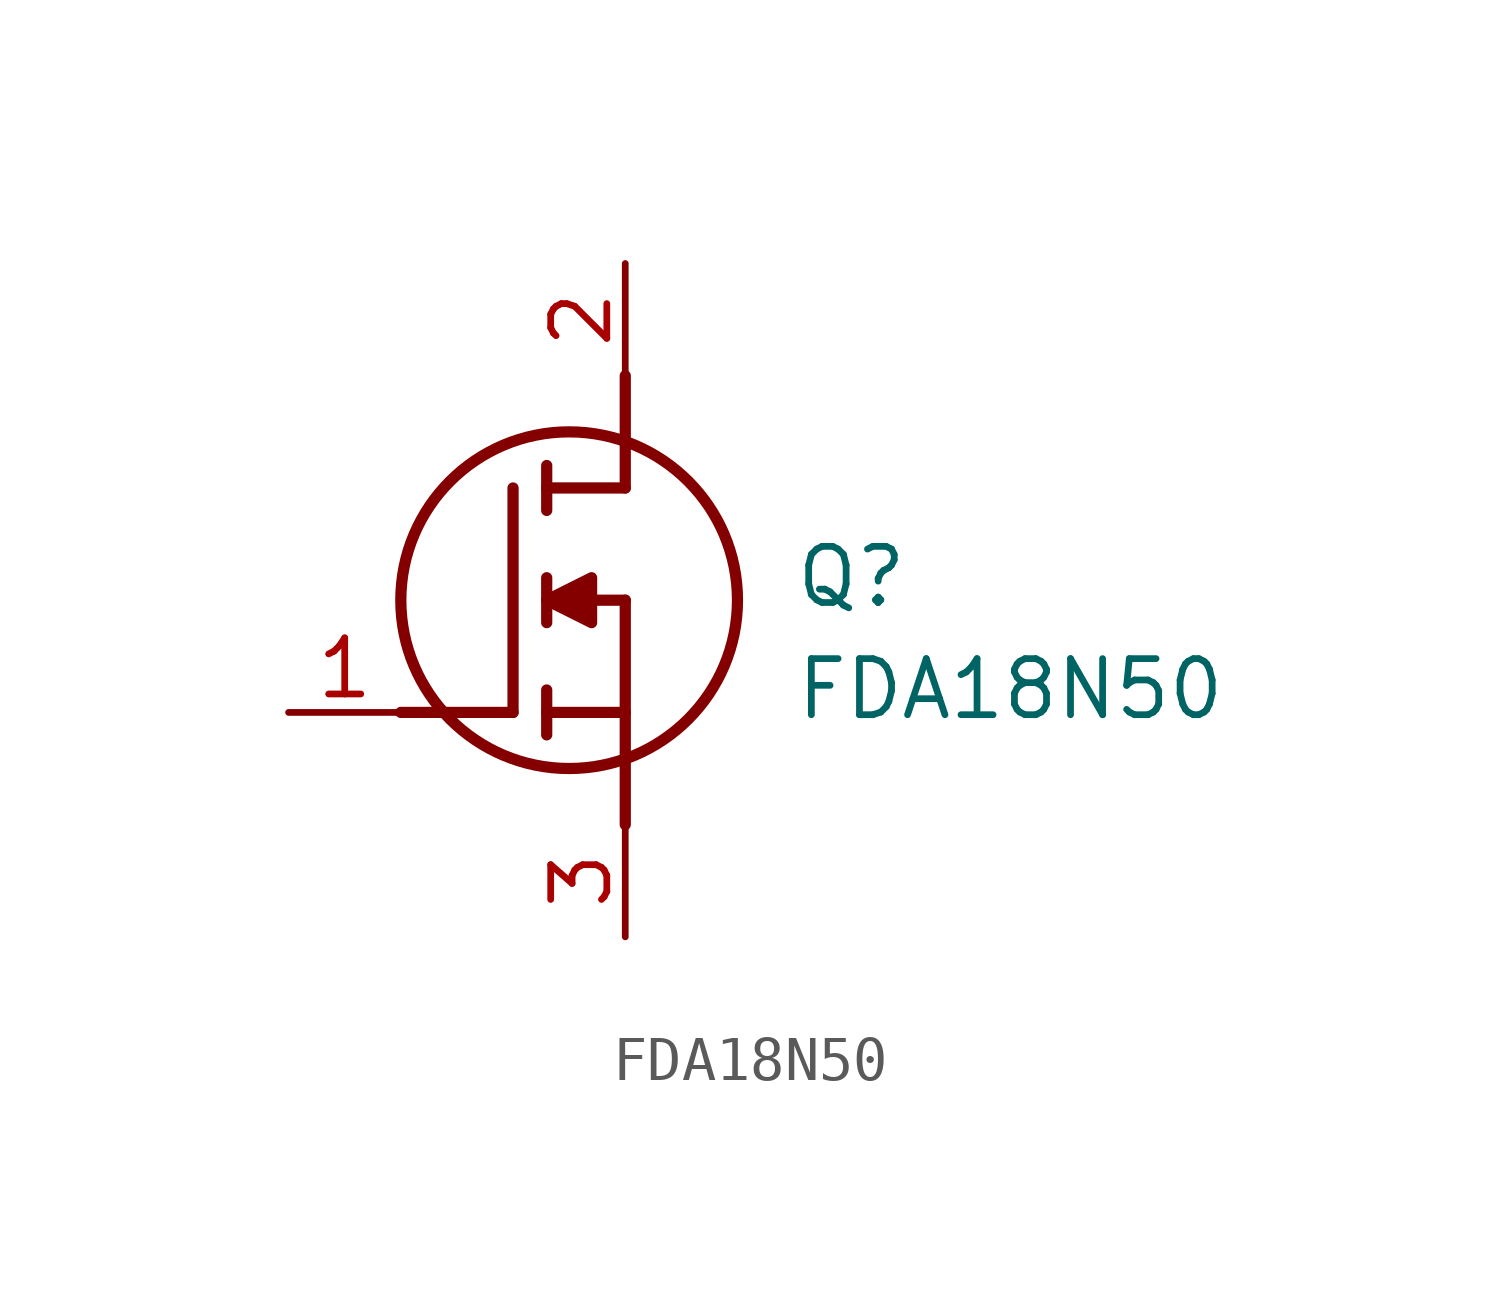
<source format=kicad_sym>
(kicad_symbol_lib
  (version 20211014)
  (generator SamacSys_ECAD_Model)
  (symbol "FDA18N50"
    (pin_names hide)
    (property "Reference" "Q"
      (at 11.43 3.81 0)
      (effects (font (size 1.27 1.27)) (justify left top)))
    (property "Value" "FDA18N50"
      (at 11.43 1.27 0)
      (effects (font (size 1.27 1.27)) (justify left top)))
    (polyline
      (pts (xy 7.62 2.54) (xy 7.62 -2.54))
      (stroke (width 0.254) (type default))
      (fill (type none)))
    (polyline
      (pts (xy 7.62 5.08) (xy 7.62 7.62))
      (stroke (width 0.254) (type default))
      (fill (type none)))
    (polyline
      (pts (xy 2.54 0) (xy 5.08 0))
      (stroke (width 0.254) (type default))
      (fill (type none)))
    (polyline
      (pts (xy 5.08 5.08) (xy 5.08 0))
      (stroke (width 0.254) (type default))
      (fill (type none)))
    (polyline
      (pts (xy 7.62 2.54) (xy 5.842 2.54))
      (stroke (width 0.254) (type default))
      (fill (type none)))
    (polyline
      (pts (xy 7.62 5.08) (xy 5.842 5.08))
      (stroke (width 0.254) (type default))
      (fill (type none)))
    (polyline
      (pts (xy 5.842 0) (xy 7.62 0))
      (stroke (width 0.254) (type default))
      (fill (type none)))
    (polyline
      (pts (xy 5.842 5.588) (xy 5.842 4.572))
      (stroke (width 0.254) (type default))
      (fill (type none)))
    (polyline
      (pts (xy 5.842 -0.508) (xy 5.842 0.508))
      (stroke (width 0.254) (type default))
      (fill (type none)))
    (polyline
      (pts (xy 5.842 2.032) (xy 5.842 3.048))
      (stroke (width 0.254) (type default))
      (fill (type none)))
    (circle
      (center 6.35 2.54)
      (radius 3.81)
      (stroke (width 0.254) (type default))
      (fill (type none)))
    (polyline
      (pts (xy 5.842 2.54) (xy 6.858 3.048) (xy 6.858 2.032) (xy 5.842 2.54))
      (stroke (width 0.254) (type default))
      (fill (type outline)))
    (pin passive line
      (at 0 0 0)
      (length 2.54)
      (name "G" (effects (font (size 1.27 1.27))))
      (number "1" (effects (font (size 1.27 1.27)))))
    (pin passive line
      (at 7.62 10.16 270)
      (length 2.54)
      (name "D" (effects (font (size 1.27 1.27))))
      (number "2" (effects (font (size 1.27 1.27)))))
    (pin passive line
      (at 7.62 -5.08 90)
      (length 2.54)
      (name "S" (effects (font (size 1.27 1.27))))
      (number "3" (effects (font (size 1.27 1.27)))))))
</source>
